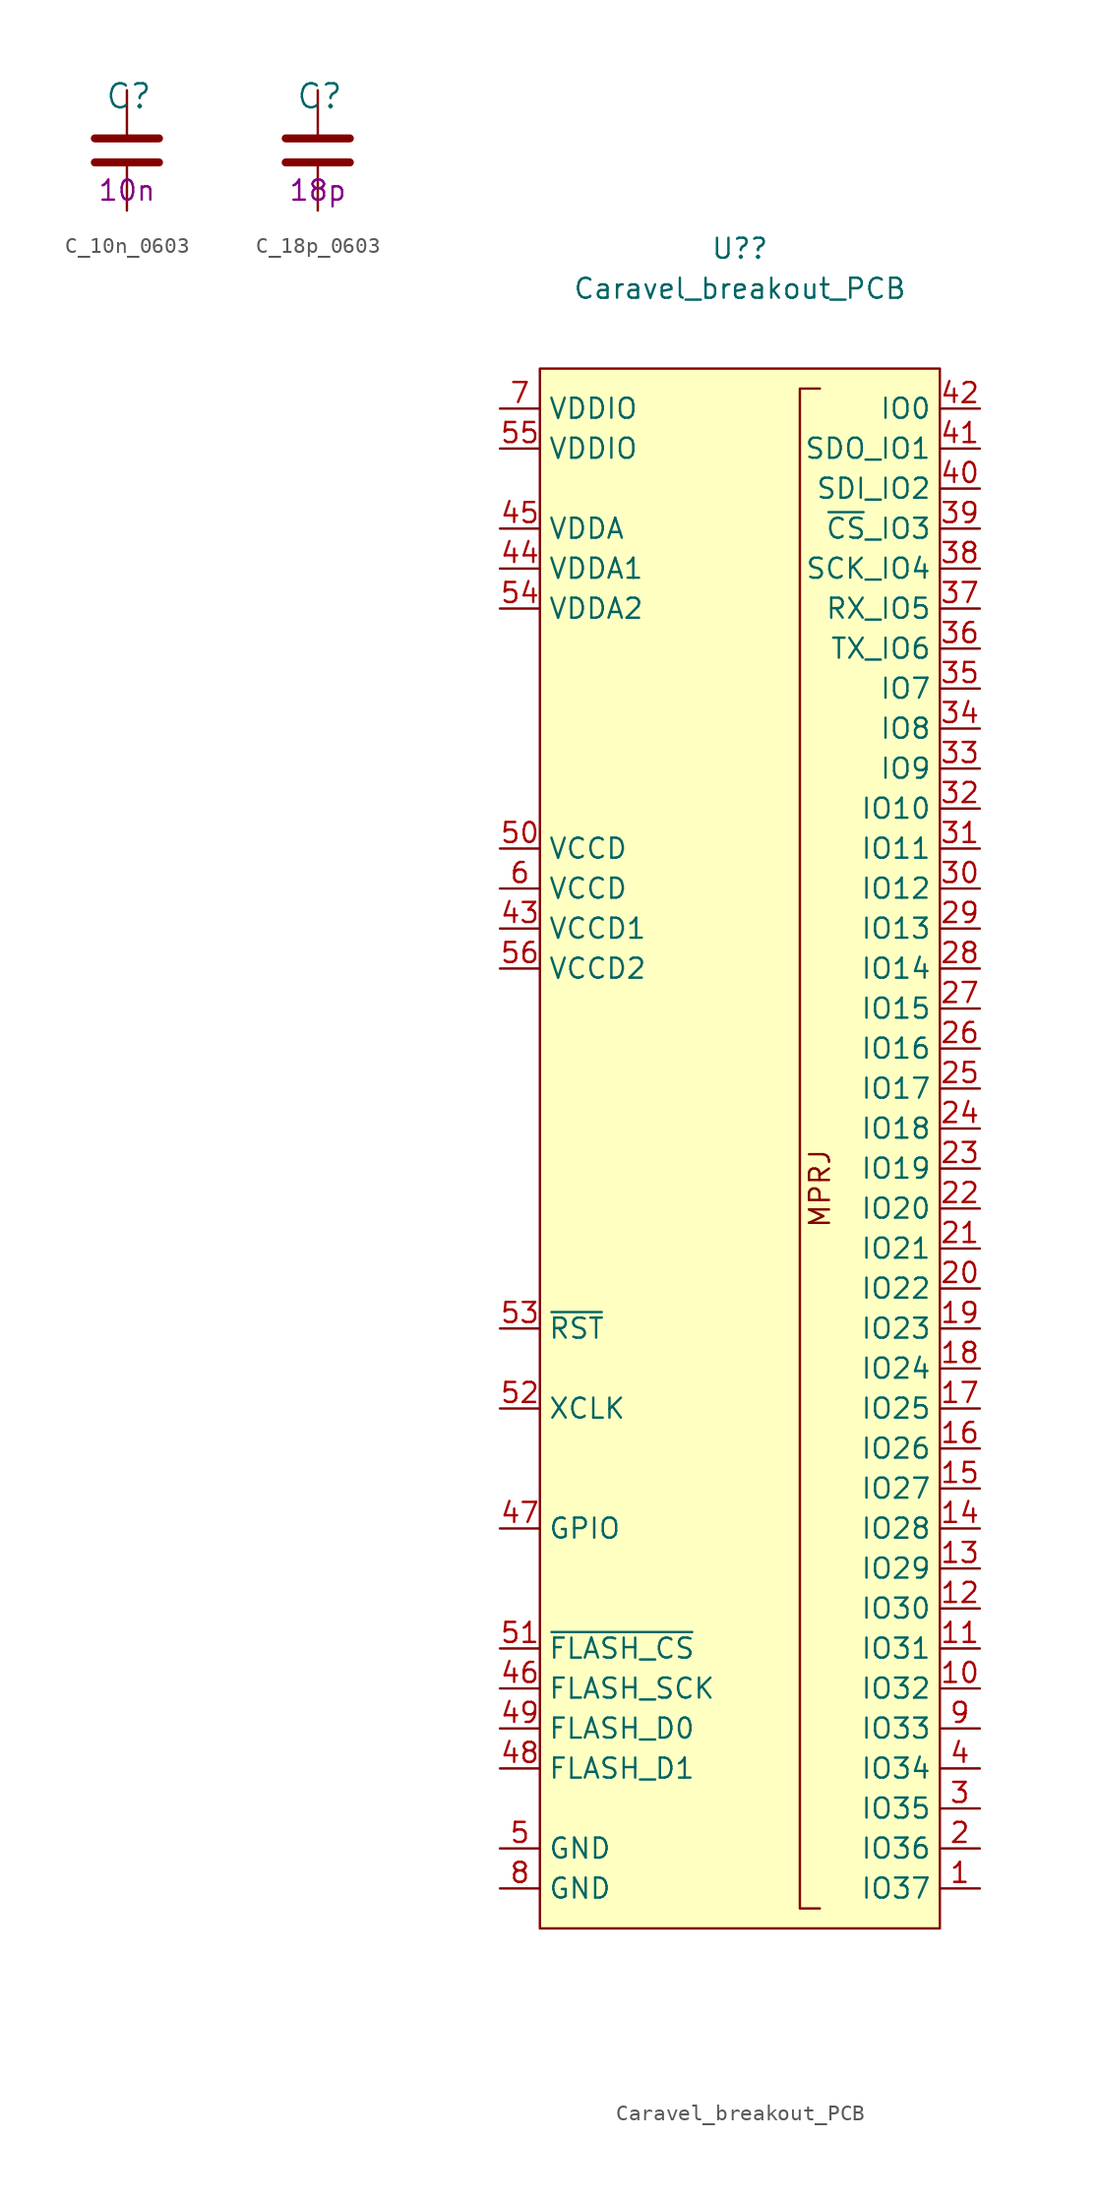
<source format=kicad_sym>
(kicad_symbol_lib
  (version 20211014)
  (generator kicad_symbol_editor)
  (symbol "C_10n_0603"
    (pin_names
      (offset 0))
    (property "Reference" "C"
      (at -1.397 3.429 0)
      (effects (font (size 1.524 1.524)) (justify left)))
    (property "Val" "10n"
      (at 0 -2.54 0)
      (effects (font (size 1.27 1.27))))
    (symbol "C_10n_0603_1_1"
      (polyline (pts (xy -2.032 -0.762) (xy 2.032 -0.762)) (stroke (width 0.508) (type default) (color 0 0 0 0)) (fill (type none)))
      (polyline (pts (xy -2.032 0.762) (xy 2.032 0.762)) (stroke (width 0.508) (type default) (color 0 0 0 0)) (fill (type none)))
      (pin passive line (at 0 3.81 270) (length 2.794) (name "~" (effects (font (size 0 0)))) (number "1" (effects (font (size 0 0)))))
      (pin passive line (at 0 -3.81 90) (length 2.794) (name "~" (effects (font (size 0 0)))) (number "2" (effects (font (size 0 0)))))))
  (symbol "C_18p_0603"
    (pin_names
      (offset 0))
    (property "Reference" "C"
      (at -1.397 3.429 0)
      (effects (font (size 1.524 1.524)) (justify left)))
    (property "Val" "18p"
      (at 0 -2.54 0)
      (effects (font (size 1.27 1.27))))
    (symbol "C_18p_0603_1_1"
      (polyline (pts (xy -2.032 -0.762) (xy 2.032 -0.762)) (stroke (width 0.508) (type default) (color 0 0 0 0)) (fill (type none)))
      (polyline (pts (xy -2.032 0.762) (xy 2.032 0.762)) (stroke (width 0.508) (type default) (color 0 0 0 0)) (fill (type none)))
      (pin passive line (at 0 3.81 270) (length 2.794) (name "~" (effects (font (size 0 0)))) (number "1" (effects (font (size 0 0)))))
      (pin passive line (at 0 -3.81 90) (length 2.794) (name "~" (effects (font (size 0 0)))) (number "2" (effects (font (size 0 0)))))))
  (symbol "Caravel_breakout_PCB"
    (property "Reference" "U?"
      (at 0 38.1 0)
      (effects (font (size 1.27 1.27))))
    (property "Value" "Caravel_breakout_PCB"
      (at 0 35.56 0)
      (effects (font (size 1.27 1.27))))
    (symbol "Caravel_breakout_PCB_0_0"
      (text "MPRJ" (at 5.08 -21.59 900) (effects (font (size 1.27 1.27)))))
    (symbol "Caravel_breakout_PCB_0_1"
      (rectangle (start -12.7 30.48) (end 12.7 -68.58) (stroke (width 0) (type default) (color 0 0 0 0)) (fill (type background)))
      (polyline (pts (xy 5.08 29.21) (xy 3.81 29.21) (xy 3.81 -67.31) (xy 5.08 -67.31)) (stroke (width 0) (type default) (color 0 0 0 0)) (fill (type none))))
    (symbol "Caravel_breakout_PCB_1_1"
      (pin bidirectional line (at 15.24 -66.04 180) (length 2.54) (name "IO37" (effects (font (size 1.27 1.27)))) (number "1" (effects (font (size 1.27 1.27)))))
      (pin bidirectional line (at 15.24 -53.34 180) (length 2.54) (name "IO32" (effects (font (size 1.27 1.27)))) (number "10" (effects (font (size 1.27 1.27)))))
      (pin bidirectional line (at 15.24 -50.8 180) (length 2.54) (name "IO31" (effects (font (size 1.27 1.27)))) (number "11" (effects (font (size 1.27 1.27)))))
      (pin bidirectional line (at 15.24 -48.26 180) (length 2.54) (name "IO30" (effects (font (size 1.27 1.27)))) (number "12" (effects (font (size 1.27 1.27)))))
      (pin bidirectional line (at 15.24 -45.72 180) (length 2.54) (name "IO29" (effects (font (size 1.27 1.27)))) (number "13" (effects (font (size 1.27 1.27)))))
      (pin bidirectional line (at 15.24 -43.18 180) (length 2.54) (name "IO28" (effects (font (size 1.27 1.27)))) (number "14" (effects (font (size 1.27 1.27)))))
      (pin bidirectional line (at 15.24 -40.64 180) (length 2.54) (name "IO27" (effects (font (size 1.27 1.27)))) (number "15" (effects (font (size 1.27 1.27)))))
      (pin bidirectional line (at 15.24 -38.1 180) (length 2.54) (name "IO26" (effects (font (size 1.27 1.27)))) (number "16" (effects (font (size 1.27 1.27)))))
      (pin bidirectional line (at 15.24 -35.56 180) (length 2.54) (name "IO25" (effects (font (size 1.27 1.27)))) (number "17" (effects (font (size 1.27 1.27)))))
      (pin bidirectional line (at 15.24 -33.02 180) (length 2.54) (name "IO24" (effects (font (size 1.27 1.27)))) (number "18" (effects (font (size 1.27 1.27)))))
      (pin bidirectional line (at 15.24 -30.48 180) (length 2.54) (name "IO23" (effects (font (size 1.27 1.27)))) (number "19" (effects (font (size 1.27 1.27)))))
      (pin bidirectional line (at 15.24 -63.5 180) (length 2.54) (name "IO36" (effects (font (size 1.27 1.27)))) (number "2" (effects (font (size 1.27 1.27)))))
      (pin bidirectional line (at 15.24 -27.94 180) (length 2.54) (name "IO22" (effects (font (size 1.27 1.27)))) (number "20" (effects (font (size 1.27 1.27)))))
      (pin bidirectional line (at 15.24 -25.4 180) (length 2.54) (name "IO21" (effects (font (size 1.27 1.27)))) (number "21" (effects (font (size 1.27 1.27)))))
      (pin bidirectional line (at 15.24 -22.86 180) (length 2.54) (name "IO20" (effects (font (size 1.27 1.27)))) (number "22" (effects (font (size 1.27 1.27)))))
      (pin bidirectional line (at 15.24 -20.32 180) (length 2.54) (name "IO19" (effects (font (size 1.27 1.27)))) (number "23" (effects (font (size 1.27 1.27)))))
      (pin bidirectional line (at 15.24 -17.78 180) (length 2.54) (name "IO18" (effects (font (size 1.27 1.27)))) (number "24" (effects (font (size 1.27 1.27)))))
      (pin bidirectional line (at 15.24 -15.24 180) (length 2.54) (name "IO17" (effects (font (size 1.27 1.27)))) (number "25" (effects (font (size 1.27 1.27)))))
      (pin bidirectional line (at 15.24 -12.7 180) (length 2.54) (name "IO16" (effects (font (size 1.27 1.27)))) (number "26" (effects (font (size 1.27 1.27)))))
      (pin bidirectional line (at 15.24 -10.16 180) (length 2.54) (name "IO15" (effects (font (size 1.27 1.27)))) (number "27" (effects (font (size 1.27 1.27)))))
      (pin bidirectional line (at 15.24 -7.62 180) (length 2.54) (name "IO14" (effects (font (size 1.27 1.27)))) (number "28" (effects (font (size 1.27 1.27)))))
      (pin bidirectional line (at 15.24 -5.08 180) (length 2.54) (name "IO13" (effects (font (size 1.27 1.27)))) (number "29" (effects (font (size 1.27 1.27)))))
      (pin bidirectional line (at 15.24 -60.96 180) (length 2.54) (name "IO35" (effects (font (size 1.27 1.27)))) (number "3" (effects (font (size 1.27 1.27)))))
      (pin bidirectional line (at 15.24 -2.54 180) (length 2.54) (name "IO12" (effects (font (size 1.27 1.27)))) (number "30" (effects (font (size 1.27 1.27)))))
      (pin bidirectional line (at 15.24 0 180) (length 2.54) (name "IO11" (effects (font (size 1.27 1.27)))) (number "31" (effects (font (size 1.27 1.27)))))
      (pin bidirectional line (at 15.24 2.54 180) (length 2.54) (name "IO10" (effects (font (size 1.27 1.27)))) (number "32" (effects (font (size 1.27 1.27)))))
      (pin bidirectional line (at 15.24 5.08 180) (length 2.54) (name "IO9" (effects (font (size 1.27 1.27)))) (number "33" (effects (font (size 1.27 1.27)))))
      (pin bidirectional line (at 15.24 7.62 180) (length 2.54) (name "IO8" (effects (font (size 1.27 1.27)))) (number "34" (effects (font (size 1.27 1.27)))))
      (pin bidirectional line (at 15.24 10.16 180) (length 2.54) (name "IO7" (effects (font (size 1.27 1.27)))) (number "35" (effects (font (size 1.27 1.27)))))
      (pin bidirectional line (at 15.24 12.7 180) (length 2.54) (name "TX_IO6" (effects (font (size 1.27 1.27)))) (number "36" (effects (font (size 1.27 1.27)))) (alternate "IO6" bidirectional line) (alternate "TX" output line))
      (pin bidirectional line (at 15.24 15.24 180) (length 2.54) (name "RX_IO5" (effects (font (size 1.27 1.27)))) (number "37" (effects (font (size 1.27 1.27)))) (alternate "IO5" bidirectional line) (alternate "RX" bidirectional line))
      (pin bidirectional line (at 15.24 17.78 180) (length 2.54) (name "SCK_IO4" (effects (font (size 1.27 1.27)))) (number "38" (effects (font (size 1.27 1.27)))) (alternate "IO4" bidirectional line) (alternate "SCK" output line))
      (pin bidirectional line (at 15.24 20.32 180) (length 2.54) (name "~{CS}_IO3" (effects (font (size 1.27 1.27)))) (number "39" (effects (font (size 1.27 1.27)))) (alternate "IO3" bidirectional line) (alternate "~{CS}" bidirectional line))
      (pin bidirectional line (at 15.24 -58.42 180) (length 2.54) (name "IO34" (effects (font (size 1.27 1.27)))) (number "4" (effects (font (size 1.27 1.27)))))
      (pin bidirectional line (at 15.24 22.86 180) (length 2.54) (name "SDI_IO2" (effects (font (size 1.27 1.27)))) (number "40" (effects (font (size 1.27 1.27)))) (alternate "IO2" bidirectional line) (alternate "SDI" bidirectional line))
      (pin bidirectional line (at 15.24 25.4 180) (length 2.54) (name "SDO_IO1" (effects (font (size 1.27 1.27)))) (number "41" (effects (font (size 1.27 1.27)))) (alternate "IO0" bidirectional line) (alternate "SDO" bidirectional line))
      (pin bidirectional line (at 15.24 27.94 180) (length 2.54) (name "IO0" (effects (font (size 1.27 1.27)))) (number "42" (effects (font (size 1.27 1.27)))))
      (pin power_in line (at -15.24 -5.08 0) (length 2.54) (name "VCCD1" (effects (font (size 1.27 1.27)))) (number "43" (effects (font (size 1.27 1.27)))))
      (pin power_in line (at -15.24 17.78 0) (length 2.54) (name "VDDA1" (effects (font (size 1.27 1.27)))) (number "44" (effects (font (size 1.27 1.27)))))
      (pin power_in line (at -15.24 20.32 0) (length 2.54) (name "VDDA" (effects (font (size 1.27 1.27)))) (number "45" (effects (font (size 1.27 1.27)))))
      (pin output line (at -15.24 -53.34 0) (length 2.54) (name "FLASH_SCK" (effects (font (size 1.27 1.27)))) (number "46" (effects (font (size 1.27 1.27)))))
      (pin bidirectional line (at -15.24 -43.18 0) (length 2.54) (name "GPIO" (effects (font (size 1.27 1.27)))) (number "47" (effects (font (size 1.27 1.27)))))
      (pin bidirectional line (at -15.24 -58.42 0) (length 2.54) (name "FLASH_D1" (effects (font (size 1.27 1.27)))) (number "48" (effects (font (size 1.27 1.27)))))
      (pin bidirectional line (at -15.24 -55.88 0) (length 2.54) (name "FLASH_D0" (effects (font (size 1.27 1.27)))) (number "49" (effects (font (size 1.27 1.27)))))
      (pin power_in line (at -15.24 -63.5 0) (length 2.54) (name "GND" (effects (font (size 1.27 1.27)))) (number "5" (effects (font (size 1.27 1.27)))))
      (pin power_in line (at -15.24 0 0) (length 2.54) (name "VCCD" (effects (font (size 1.27 1.27)))) (number "50" (effects (font (size 1.27 1.27)))))
      (pin output line (at -15.24 -50.8 0) (length 2.54) (name "~{FLASH_CS}" (effects (font (size 1.27 1.27)))) (number "51" (effects (font (size 1.27 1.27)))))
      (pin input line (at -15.24 -35.56 0) (length 2.54) (name "XCLK" (effects (font (size 1.27 1.27)))) (number "52" (effects (font (size 1.27 1.27)))))
      (pin input line (at -15.24 -30.48 0) (length 2.54) (name "~{RST}" (effects (font (size 1.27 1.27)))) (number "53" (effects (font (size 1.27 1.27)))))
      (pin power_in line (at -15.24 15.24 0) (length 2.54) (name "VDDA2" (effects (font (size 1.27 1.27)))) (number "54" (effects (font (size 1.27 1.27)))))
      (pin power_in line (at -15.24 25.4 0) (length 2.54) (name "VDDIO" (effects (font (size 1.27 1.27)))) (number "55" (effects (font (size 1.27 1.27)))))
      (pin power_in line (at -15.24 -7.62 0) (length 2.54) (name "VCCD2" (effects (font (size 1.27 1.27)))) (number "56" (effects (font (size 1.27 1.27)))))
      (pin power_in line (at -15.24 -2.54 0) (length 2.54) (name "VCCD" (effects (font (size 1.27 1.27)))) (number "6" (effects (font (size 1.27 1.27)))))
      (pin power_in line (at -15.24 27.94 0) (length 2.54) (name "VDDIO" (effects (font (size 1.27 1.27)))) (number "7" (effects (font (size 1.27 1.27)))))
      (pin power_in line (at -15.24 -66.04 0) (length 2.54) (name "GND" (effects (font (size 1.27 1.27)))) (number "8" (effects (font (size 1.27 1.27)))))
      (pin bidirectional line (at 15.24 -55.88 180) (length 2.54) (name "IO33" (effects (font (size 1.27 1.27)))) (number "9" (effects (font (size 1.27 1.27))))))))
</source>
